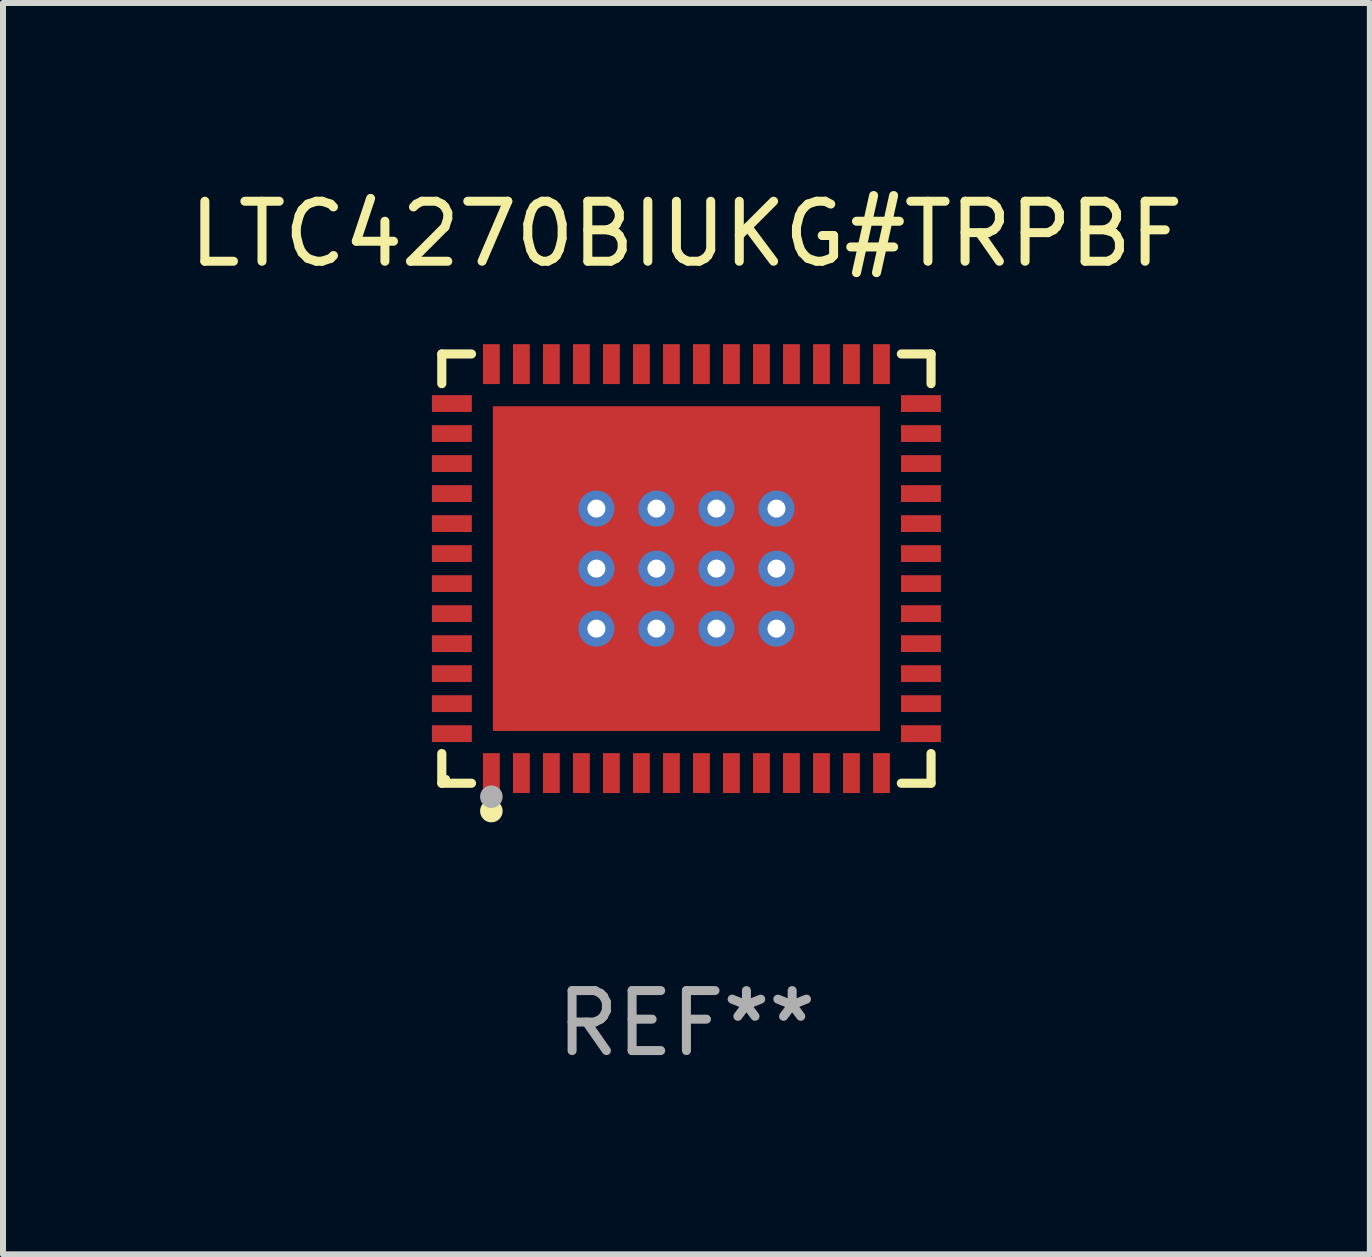
<source format=kicad_pcb>
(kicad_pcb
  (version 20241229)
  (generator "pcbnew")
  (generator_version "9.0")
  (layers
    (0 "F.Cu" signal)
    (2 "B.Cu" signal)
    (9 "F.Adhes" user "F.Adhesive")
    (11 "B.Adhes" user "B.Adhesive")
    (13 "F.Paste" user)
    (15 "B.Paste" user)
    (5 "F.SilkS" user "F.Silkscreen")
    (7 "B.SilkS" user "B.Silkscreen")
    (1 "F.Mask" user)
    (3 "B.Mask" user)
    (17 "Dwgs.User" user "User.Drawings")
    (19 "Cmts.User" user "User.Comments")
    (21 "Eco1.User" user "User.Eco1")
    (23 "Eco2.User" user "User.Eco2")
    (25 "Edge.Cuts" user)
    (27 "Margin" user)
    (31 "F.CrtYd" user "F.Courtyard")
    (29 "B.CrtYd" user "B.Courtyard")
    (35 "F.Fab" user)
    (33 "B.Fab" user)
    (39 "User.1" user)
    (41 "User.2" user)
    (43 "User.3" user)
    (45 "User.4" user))
  (footprint "LTC4270BIUKG#TRPBF"
    (layer "F.Cu")
    (at 8.387 6.424)
    (property "Reference" "LTC4270BIUKG#TRPBF" (at 0 -5.576 0) (layer "F.SilkS") (effects (font (size 1 1) (thickness 0.15))))
    (attr through_hole)
    (fp_line (start -4.076 -3.576) (end -3.581 -3.576) (stroke (width 0.152) (type solid)) (layer "F.SilkS"))
    (fp_line (start -4.076 -3.081) (end -4.076 -3.576) (stroke (width 0.152) (type solid)) (layer "F.SilkS"))
    (fp_line (start -4.076 3.081) (end -4.076 3.576) (stroke (width 0.152) (type solid)) (layer "F.SilkS"))
    (fp_line (start -4.076 3.576) (end -3.581 3.576) (stroke (width 0.152) (type solid)) (layer "F.SilkS"))
    (fp_line (start 4.076 -3.576) (end 3.581 -3.576) (stroke (width 0.152) (type solid)) (layer "F.SilkS"))
    (fp_line (start 4.076 -3.081) (end 4.076 -3.576) (stroke (width 0.152) (type solid)) (layer "F.SilkS"))
    (fp_line (start 4.076 3.081) (end 4.076 3.576) (stroke (width 0.152) (type solid)) (layer "F.SilkS"))
    (fp_line (start 4.076 3.576) (end 3.581 3.576) (stroke (width 0.152) (type solid)) (layer "F.SilkS"))
    (fp_circle (center -4 3.5) (end -3.97 3.5) (stroke (width 0.06) (type solid)) (fill no) (layer "F.SilkS"))
    (fp_circle (center -3.25 4.04) (end -3.156 4.04) (stroke (width 0.188) (type solid)) (fill no) (layer "F.SilkS"))
    (fp_circle (center -3.25 3.8) (end -3.156 3.8) (stroke (width 0.188) (type solid)) (fill no) (layer "F.Fab"))
    (fp_text user "REF**" (at 0 7.576 0) (layer "F.Fab") (effects (font (size 1 1) (thickness 0.15))))
    (pad "1" smd rect (at -3.25 3.407) (size 0.28 0.665) (layers "F.Cu" "F.Mask" "F.Paste"))
    (pad "2" smd rect (at -2.75 3.407) (size 0.28 0.665) (layers "F.Cu" "F.Mask" "F.Paste"))
    (pad "3" smd rect (at -2.25 3.407) (size 0.28 0.665) (layers "F.Cu" "F.Mask" "F.Paste"))
    (pad "4" smd rect (at -1.75 3.407) (size 0.28 0.665) (layers "F.Cu" "F.Mask" "F.Paste"))
    (pad "5" smd rect (at -1.25 3.407) (size 0.28 0.665) (layers "F.Cu" "F.Mask" "F.Paste"))
    (pad "6" smd rect (at -0.75 3.407) (size 0.28 0.665) (layers "F.Cu" "F.Mask" "F.Paste"))
    (pad "7" smd rect (at -0.25 3.407) (size 0.28 0.665) (layers "F.Cu" "F.Mask" "F.Paste"))
    (pad "8" smd rect (at 0.25 3.407) (size 0.28 0.665) (layers "F.Cu" "F.Mask" "F.Paste"))
    (pad "9" smd rect (at 0.75 3.407) (size 0.28 0.665) (layers "F.Cu" "F.Mask" "F.Paste"))
    (pad "10" smd rect (at 1.25 3.407) (size 0.28 0.665) (layers "F.Cu" "F.Mask" "F.Paste"))
    (pad "11" smd rect (at 1.75 3.407) (size 0.28 0.665) (layers "F.Cu" "F.Mask" "F.Paste"))
    (pad "12" smd rect (at 2.25 3.407) (size 0.28 0.665) (layers "F.Cu" "F.Mask" "F.Paste"))
    (pad "13" smd rect (at 2.75 3.407) (size 0.28 0.665) (layers "F.Cu" "F.Mask" "F.Paste"))
    (pad "14" smd rect (at 3.25 3.407) (size 0.28 0.665) (layers "F.Cu" "F.Mask" "F.Paste"))
    (pad "15" smd rect (at 3.908 2.75) (size 0.665 0.28) (layers "F.Cu" "F.Mask" "F.Paste"))
    (pad "16" smd rect (at 3.908 2.25) (size 0.665 0.28) (layers "F.Cu" "F.Mask" "F.Paste"))
    (pad "17" smd rect (at 3.908 1.75) (size 0.665 0.28) (layers "F.Cu" "F.Mask" "F.Paste"))
    (pad "18" smd rect (at 3.908 1.25) (size 0.665 0.28) (layers "F.Cu" "F.Mask" "F.Paste"))
    (pad "19" smd rect (at 3.908 0.75) (size 0.665 0.28) (layers "F.Cu" "F.Mask" "F.Paste"))
    (pad "20" smd rect (at 3.908 0.25) (size 0.665 0.28) (layers "F.Cu" "F.Mask" "F.Paste"))
    (pad "21" smd rect (at 3.908 -0.25) (size 0.665 0.28) (layers "F.Cu" "F.Mask" "F.Paste"))
    (pad "22" smd rect (at 3.908 -0.75) (size 0.665 0.28) (layers "F.Cu" "F.Mask" "F.Paste"))
    (pad "23" smd rect (at 3.908 -1.25) (size 0.665 0.28) (layers "F.Cu" "F.Mask" "F.Paste"))
    (pad "24" smd rect (at 3.908 -1.75) (size 0.665 0.28) (layers "F.Cu" "F.Mask" "F.Paste"))
    (pad "25" smd rect (at 3.908 -2.25) (size 0.665 0.28) (layers "F.Cu" "F.Mask" "F.Paste"))
    (pad "26" smd rect (at 3.908 -2.75) (size 0.665 0.28) (layers "F.Cu" "F.Mask" "F.Paste"))
    (pad "27" smd rect (at 3.25 -3.407) (size 0.28 0.665) (layers "F.Cu" "F.Mask" "F.Paste"))
    (pad "28" smd rect (at 2.75 -3.407) (size 0.28 0.665) (layers "F.Cu" "F.Mask" "F.Paste"))
    (pad "29" smd rect (at 2.25 -3.407) (size 0.28 0.665) (layers "F.Cu" "F.Mask" "F.Paste"))
    (pad "30" smd rect (at 1.75 -3.407) (size 0.28 0.665) (layers "F.Cu" "F.Mask" "F.Paste"))
    (pad "31" smd rect (at 1.25 -3.407) (size 0.28 0.665) (layers "F.Cu" "F.Mask" "F.Paste"))
    (pad "32" smd rect (at 0.75 -3.407) (size 0.28 0.665) (layers "F.Cu" "F.Mask" "F.Paste"))
    (pad "33" smd rect (at 0.25 -3.407) (size 0.28 0.665) (layers "F.Cu" "F.Mask" "F.Paste"))
    (pad "34" smd rect (at -0.25 -3.407) (size 0.28 0.665) (layers "F.Cu" "F.Mask" "F.Paste"))
    (pad "35" smd rect (at -0.75 -3.407) (size 0.28 0.665) (layers "F.Cu" "F.Mask" "F.Paste"))
    (pad "36" smd rect (at -1.25 -3.407) (size 0.28 0.665) (layers "F.Cu" "F.Mask" "F.Paste"))
    (pad "37" smd rect (at -1.75 -3.407) (size 0.28 0.665) (layers "F.Cu" "F.Mask" "F.Paste"))
    (pad "38" smd rect (at -2.25 -3.407) (size 0.28 0.665) (layers "F.Cu" "F.Mask" "F.Paste"))
    (pad "39" smd rect (at -2.75 -3.407) (size 0.28 0.665) (layers "F.Cu" "F.Mask" "F.Paste"))
    (pad "40" smd rect (at -3.25 -3.407) (size 0.28 0.665) (layers "F.Cu" "F.Mask" "F.Paste"))
    (pad "41" smd rect (at -3.908 -2.75) (size 0.665 0.28) (layers "F.Cu" "F.Mask" "F.Paste"))
    (pad "42" smd rect (at -3.908 -2.25) (size 0.665 0.28) (layers "F.Cu" "F.Mask" "F.Paste"))
    (pad "43" smd rect (at -3.908 -1.75) (size 0.665 0.28) (layers "F.Cu" "F.Mask" "F.Paste"))
    (pad "44" smd rect (at -3.908 -1.25) (size 0.665 0.28) (layers "F.Cu" "F.Mask" "F.Paste"))
    (pad "45" smd rect (at -3.908 -0.75) (size 0.665 0.28) (layers "F.Cu" "F.Mask" "F.Paste"))
    (pad "46" smd rect (at -3.908 -0.25) (size 0.665 0.28) (layers "F.Cu" "F.Mask" "F.Paste"))
    (pad "47" smd rect (at -3.908 0.25) (size 0.665 0.28) (layers "F.Cu" "F.Mask" "F.Paste"))
    (pad "48" smd rect (at -3.908 0.75) (size 0.665 0.28) (layers "F.Cu" "F.Mask" "F.Paste"))
    (pad "49" smd rect (at -3.908 1.25) (size 0.665 0.28) (layers "F.Cu" "F.Mask" "F.Paste"))
    (pad "50" smd rect (at -3.908 1.75) (size 0.665 0.28) (layers "F.Cu" "F.Mask" "F.Paste"))
    (pad "51" smd rect (at -3.908 2.25) (size 0.665 0.28) (layers "F.Cu" "F.Mask" "F.Paste"))
    (pad "52" smd rect (at -3.908 2.75) (size 0.665 0.28) (layers "F.Cu" "F.Mask" "F.Paste"))
    (pad "53" thru_hole circle (at -1.5 -1) (size 0.6 0.6) (drill 0.3) (layers "*.Cu" "*.Mask"))
    (pad "53" thru_hole circle (at -1.5 0) (size 0.6 0.6) (drill 0.3) (layers "*.Cu" "*.Mask"))
    (pad "53" thru_hole circle (at -1.5 1) (size 0.6 0.6) (drill 0.3) (layers "*.Cu" "*.Mask"))
    (pad "53" thru_hole circle (at -0.5 -1) (size 0.6 0.6) (drill 0.3) (layers "*.Cu" "*.Mask"))
    (pad "53" thru_hole circle (at -0.5 0) (size 0.6 0.6) (drill 0.3) (layers "*.Cu" "*.Mask"))
    (pad "53" thru_hole circle (at -0.5 1) (size 0.6 0.6) (drill 0.3) (layers "*.Cu" "*.Mask"))
    (pad "53" smd rect (at 0 0) (size 6.45 5.41) (layers "F.Cu" "F.Mask" "F.Paste"))
    (pad "53" thru_hole circle (at 0.5 -1) (size 0.6 0.6) (drill 0.3) (layers "*.Cu" "*.Mask"))
    (pad "53" thru_hole circle (at 0.5 0) (size 0.6 0.6) (drill 0.3) (layers "*.Cu" "*.Mask"))
    (pad "53" thru_hole circle (at 0.5 1) (size 0.6 0.6) (drill 0.3) (layers "*.Cu" "*.Mask"))
    (pad "53" thru_hole circle (at 1.5 -1) (size 0.6 0.6) (drill 0.3) (layers "*.Cu" "*.Mask"))
    (pad "53" thru_hole circle (at 1.5 0) (size 0.6 0.6) (drill 0.3) (layers "*.Cu" "*.Mask"))
    (pad "53" thru_hole circle (at 1.5 1) (size 0.6 0.6) (drill 0.3) (layers "*.Cu" "*.Mask")))
  (gr_rect
    (start -3 -3)
    (end 19.774 17.849)
    (stroke (width 0.1) (type default))
    (fill no)
    (layer "Edge.Cuts")))
</source>
